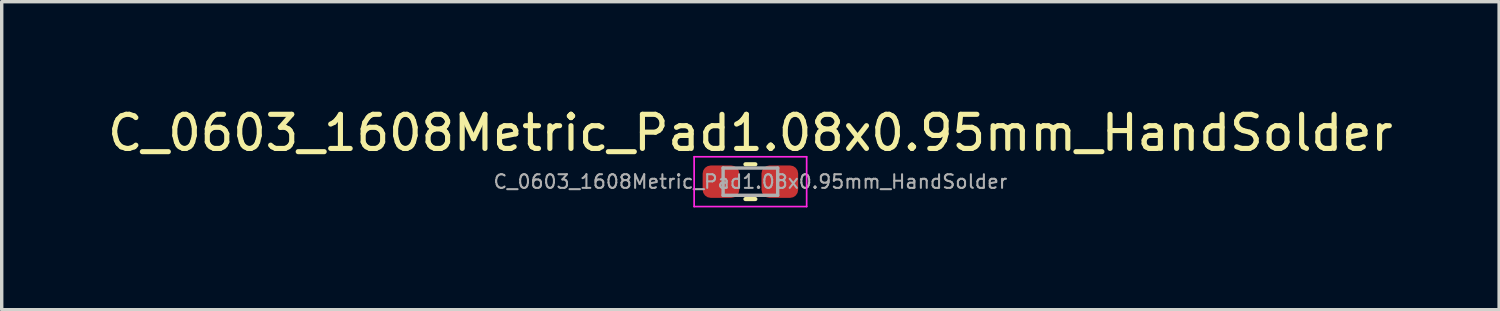
<source format=kicad_pcb>
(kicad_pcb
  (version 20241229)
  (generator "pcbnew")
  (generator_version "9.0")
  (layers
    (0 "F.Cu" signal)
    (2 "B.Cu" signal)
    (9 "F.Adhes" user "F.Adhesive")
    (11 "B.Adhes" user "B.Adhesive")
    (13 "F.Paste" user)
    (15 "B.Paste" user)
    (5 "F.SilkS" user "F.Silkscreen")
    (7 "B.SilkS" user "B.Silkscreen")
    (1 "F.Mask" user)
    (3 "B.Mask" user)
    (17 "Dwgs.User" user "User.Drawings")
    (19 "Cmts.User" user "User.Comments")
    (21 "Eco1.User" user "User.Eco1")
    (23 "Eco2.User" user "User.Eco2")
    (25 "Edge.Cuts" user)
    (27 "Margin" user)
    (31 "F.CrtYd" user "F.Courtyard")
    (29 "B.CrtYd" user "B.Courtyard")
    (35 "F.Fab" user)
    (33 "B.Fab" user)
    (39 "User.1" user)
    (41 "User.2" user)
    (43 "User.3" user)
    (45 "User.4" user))
  (footprint "C_0603_1608Metric_Pad1.08x0.95mm_HandSolder"
    (layer "F.Cu")
    (at 18.958 2.278)
    (property "Reference" "C_0603_1608Metric_Pad1.08x0.95mm_HandSolder" (at 0 -1.43 180) (layer "F.SilkS") (effects (font (size 1 1) (thickness 0.15))))
    (attr smd)
    (fp_line (start -0.146 -0.51) (end 0.146 -0.51) (stroke (width 0.12) (type solid)) (layer "F.SilkS"))
    (fp_line (start -0.146 0.51) (end 0.146 0.51) (stroke (width 0.12) (type solid)) (layer "F.SilkS"))
    (fp_line (start -1.65 -0.73) (end 1.65 -0.73) (stroke (width 0.05) (type solid)) (layer "F.CrtYd"))
    (fp_line (start -1.65 0.73) (end -1.65 -0.73) (stroke (width 0.05) (type solid)) (layer "F.CrtYd"))
    (fp_line (start 1.65 -0.73) (end 1.65 0.73) (stroke (width 0.05) (type solid)) (layer "F.CrtYd"))
    (fp_line (start 1.65 0.73) (end -1.65 0.73) (stroke (width 0.05) (type solid)) (layer "F.CrtYd"))
    (fp_line (start -0.8 -0.4) (end 0.8 -0.4) (stroke (width 0.1) (type solid)) (layer "F.Fab"))
    (fp_line (start -0.8 0.4) (end -0.8 -0.4) (stroke (width 0.1) (type solid)) (layer "F.Fab"))
    (fp_line (start 0.8 -0.4) (end 0.8 0.4) (stroke (width 0.1) (type solid)) (layer "F.Fab"))
    (fp_line (start 0.8 0.4) (end -0.8 0.4) (stroke (width 0.1) (type solid)) (layer "F.Fab"))
    (fp_text user "${REFERENCE}" (at 0 0 180) (layer "F.Fab") (effects (font (size 0.4 0.4) (thickness 0.06))))
    (pad "1" smd roundrect (at -0.863 0) (size 1.075 0.95) (layers "F.Cu" "F.Mask" "F.Paste") (roundrect_rratio 0.25))
    (pad "2" smd roundrect (at 0.863 0) (size 1.075 0.95) (layers "F.Cu" "F.Mask" "F.Paste") (roundrect_rratio 0.25)))
  (gr_rect
    (start -3 -3)
    (end 40.917 6.033)
    (stroke (width 0.1) (type default))
    (fill no)
    (layer "Edge.Cuts")))
</source>
